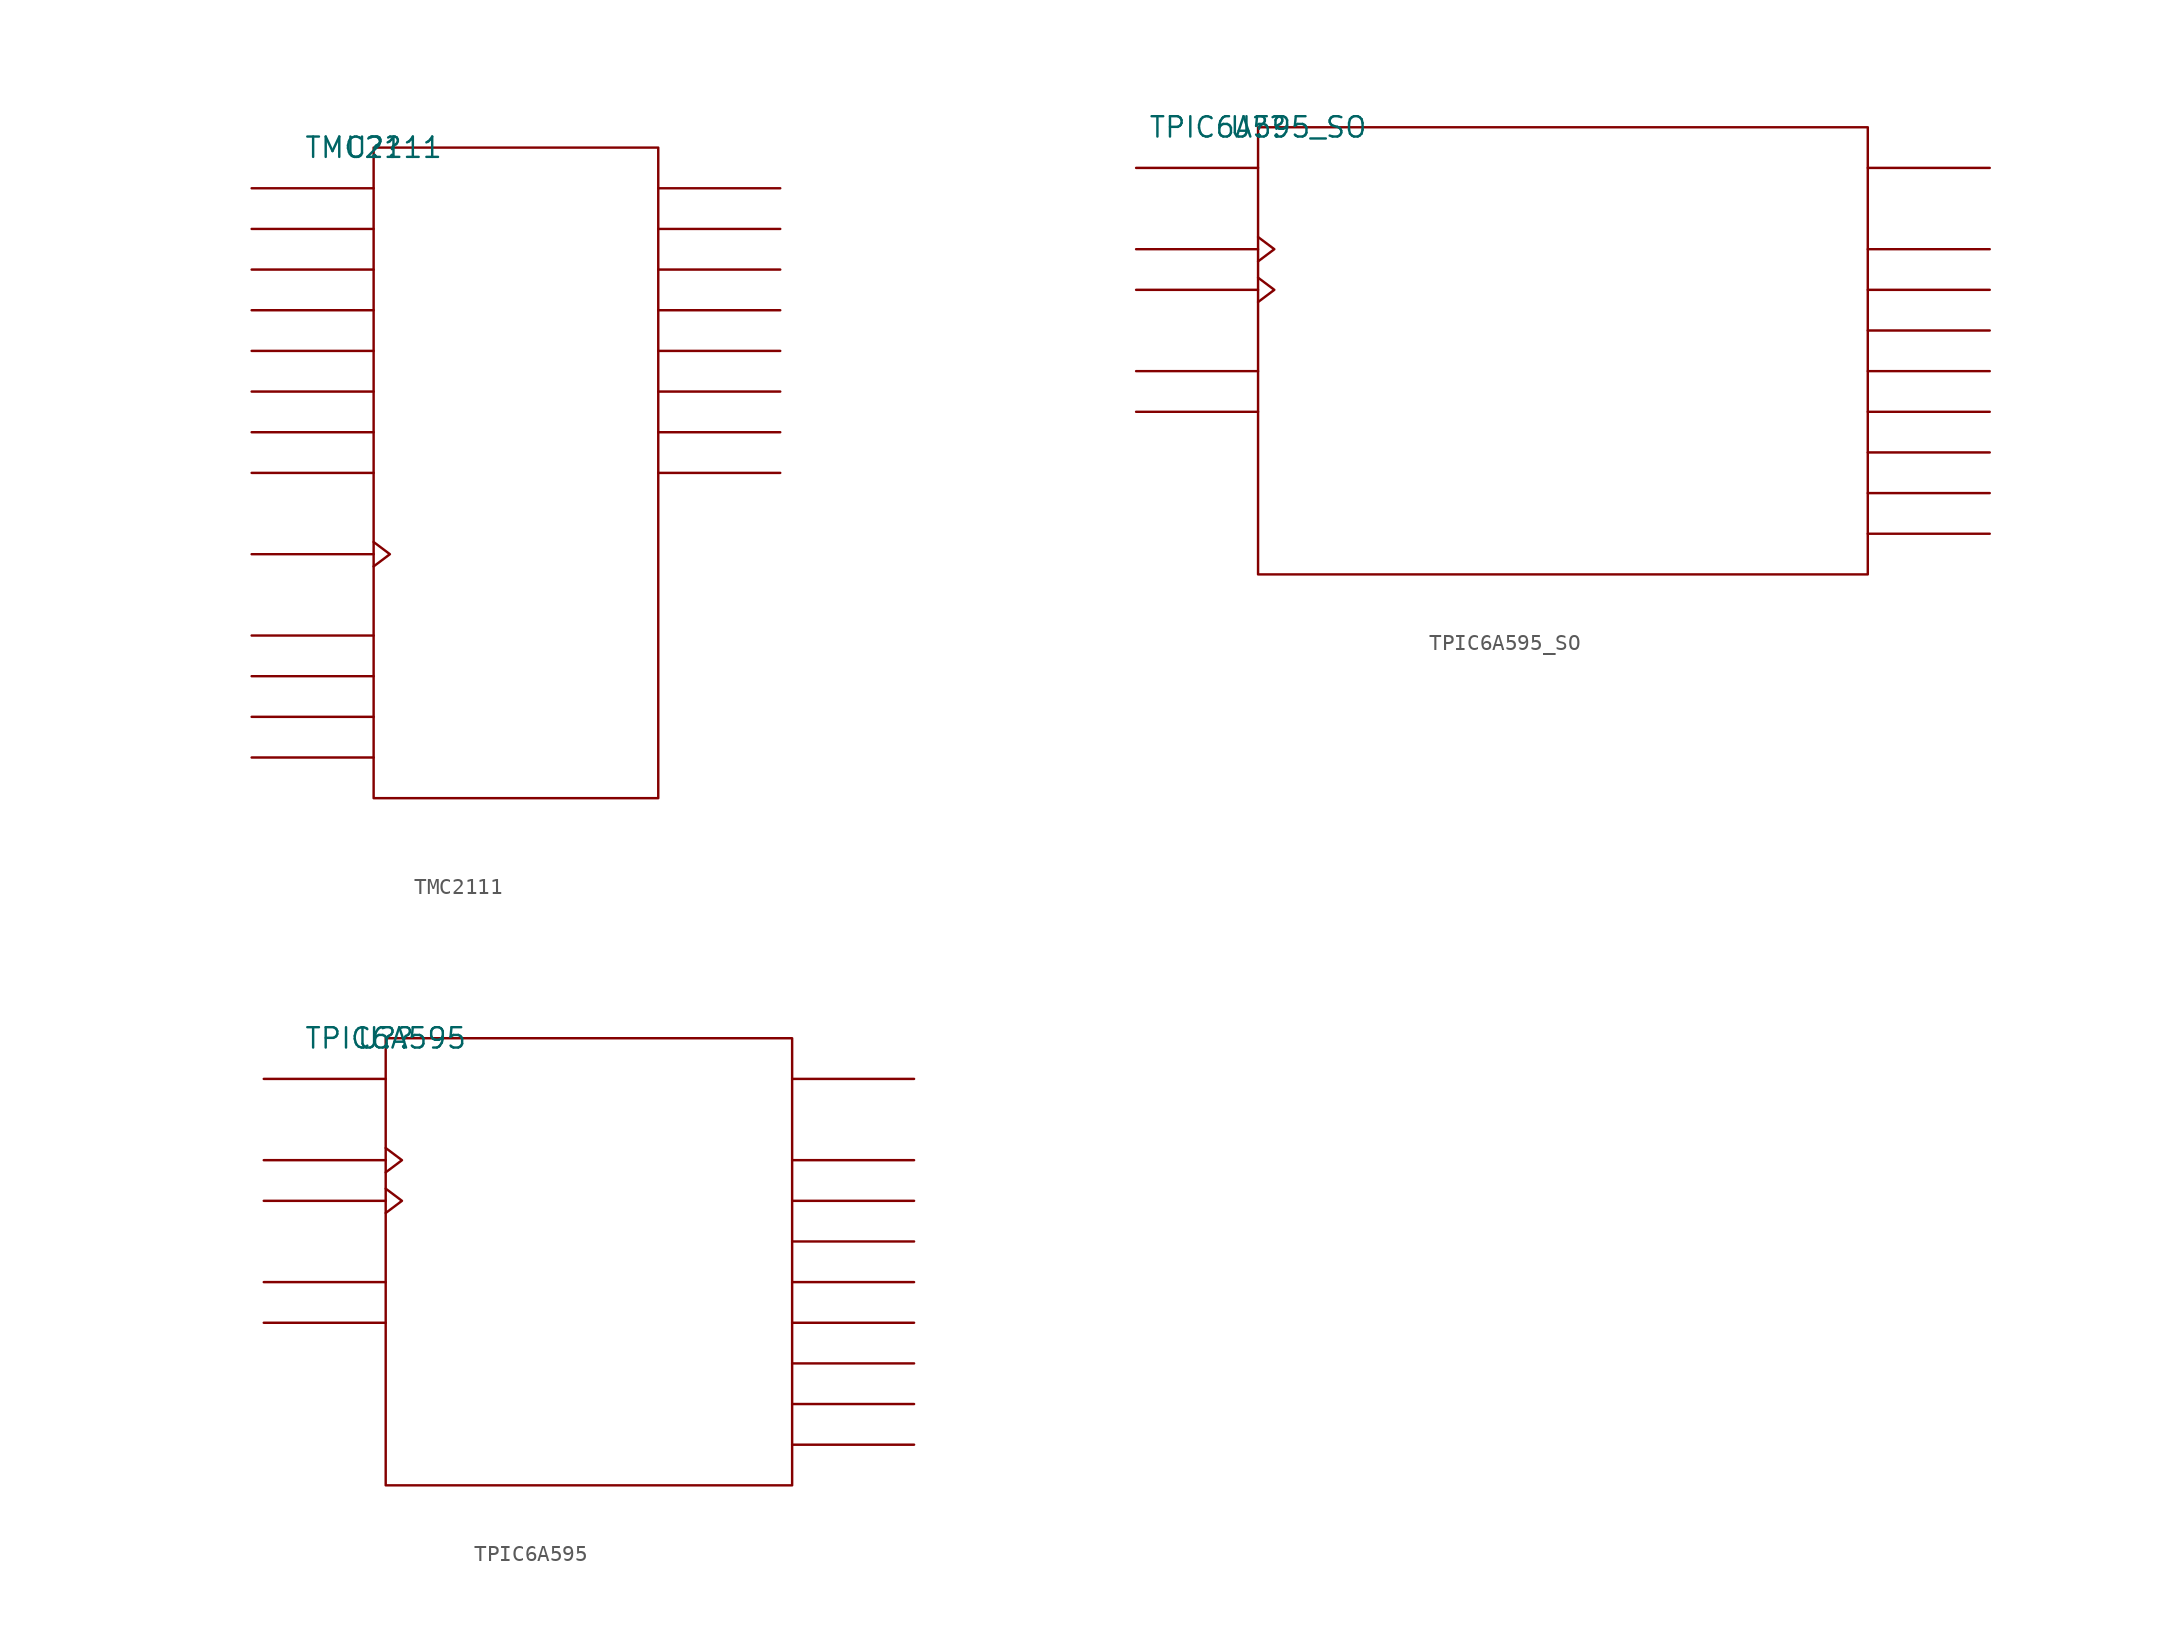
<source format=kicad_sym>
(kicad_symbol_lib
  (version 20211014)
  (generator kicad_symbol_editor)
  (symbol "TMC2111"
    (pin_names
      (offset 0.762))
    (property "Reference" "U?"
      (at 0 0 0)
      (effects (font (size 1.27 1.27))))
    (property "Value" "TMC2111"
      (at 0 0 0)
      (effects (font (size 1.27 1.27))))
    (symbol "TMC2111_0_1"
      (rectangle (start 0 -40.64) (end 17.78 0) (stroke (width 0) (type default) (color 0 0 0 0)) (fill (type none)))
      (polyline (pts (xy 0 -38.1) (xy -7.62 -38.1)) (stroke (width 0) (type default) (color 0 0 0 0)) (fill (type none)))
      (polyline (pts (xy 0 -35.56) (xy -7.62 -35.56)) (stroke (width 0) (type default) (color 0 0 0 0)) (fill (type none)))
      (polyline (pts (xy 0 -33.02) (xy -7.62 -33.02)) (stroke (width 0) (type default) (color 0 0 0 0)) (fill (type none)))
      (polyline (pts (xy 0 -30.48) (xy -7.62 -30.48)) (stroke (width 0) (type default) (color 0 0 0 0)) (fill (type none)))
      (polyline (pts (xy 0 -25.4) (xy -7.62 -25.4)) (stroke (width 0) (type default) (color 0 0 0 0)) (fill (type none)))
      (polyline (pts (xy 0 -20.32) (xy -7.62 -20.32)) (stroke (width 0) (type default) (color 0 0 0 0)) (fill (type none)))
      (polyline (pts (xy 0 -17.78) (xy -7.62 -17.78)) (stroke (width 0) (type default) (color 0 0 0 0)) (fill (type none)))
      (polyline (pts (xy 0 -15.24) (xy -7.62 -15.24)) (stroke (width 0) (type default) (color 0 0 0 0)) (fill (type none)))
      (polyline (pts (xy 0 -12.7) (xy -7.62 -12.7)) (stroke (width 0) (type default) (color 0 0 0 0)) (fill (type none)))
      (polyline (pts (xy 0 -10.16) (xy -7.62 -10.16)) (stroke (width 0) (type default) (color 0 0 0 0)) (fill (type none)))
      (polyline (pts (xy 0 -7.62) (xy -7.62 -7.62)) (stroke (width 0) (type default) (color 0 0 0 0)) (fill (type none)))
      (polyline (pts (xy 0 -5.08) (xy -7.62 -5.08)) (stroke (width 0) (type default) (color 0 0 0 0)) (fill (type none)))
      (polyline (pts (xy 0 -2.54) (xy -7.62 -2.54)) (stroke (width 0) (type default) (color 0 0 0 0)) (fill (type none)))
      (polyline (pts (xy 17.78 -20.32) (xy 25.4 -20.32)) (stroke (width 0) (type default) (color 0 0 0 0)) (fill (type none)))
      (polyline (pts (xy 17.78 -17.78) (xy 25.4 -17.78)) (stroke (width 0) (type default) (color 0 0 0 0)) (fill (type none)))
      (polyline (pts (xy 17.78 -15.24) (xy 25.4 -15.24)) (stroke (width 0) (type default) (color 0 0 0 0)) (fill (type none)))
      (polyline (pts (xy 17.78 -12.7) (xy 25.4 -12.7)) (stroke (width 0) (type default) (color 0 0 0 0)) (fill (type none)))
      (polyline (pts (xy 17.78 -10.16) (xy 25.4 -10.16)) (stroke (width 0) (type default) (color 0 0 0 0)) (fill (type none)))
      (polyline (pts (xy 17.78 -7.62) (xy 25.4 -7.62)) (stroke (width 0) (type default) (color 0 0 0 0)) (fill (type none)))
      (polyline (pts (xy 17.78 -5.08) (xy 25.4 -5.08)) (stroke (width 0) (type default) (color 0 0 0 0)) (fill (type none)))
      (polyline (pts (xy 17.78 -2.54) (xy 25.4 -2.54)) (stroke (width 0) (type default) (color 0 0 0 0)) (fill (type none)))
      (polyline (pts (xy 0 -24.638) (xy 1.016 -25.4) (xy 0 -26.162)) (stroke (width 0) (type default) (color 0 0 0 0)) (fill (type none))))
    (symbol "TMC2111_1_1"
      (pin unspecified line (at -7.62 -2.54 0) (length 7.62) hide (name "DI0" (effects (font (size 1.245 1.245)))) (number "1" (effects (font (size 1.245 1.245)))))
      (pin unspecified line (at -7.62 -15.24 0) (length 7.62) hide (name "DI5" (effects (font (size 1.245 1.245)))) (number "10" (effects (font (size 1.245 1.245)))))
      (pin unspecified line (at -7.62 -17.78 0) (length 7.62) hide (name "DI6" (effects (font (size 1.245 1.245)))) (number "11" (effects (font (size 1.245 1.245)))))
      (pin unspecified line (at -7.62 -20.32 0) (length 7.62) hide (name "DI7" (effects (font (size 1.245 1.245)))) (number "12" (effects (font (size 1.245 1.245)))))
      (pin unspecified line (at 25.4 -20.32 180) (length 7.62) hide (name "DO7" (effects (font (size 1.245 1.245)))) (number "13" (effects (font (size 1.245 1.245)))))
      (pin unspecified line (at 25.4 -17.78 180) (length 7.62) hide (name "DO6" (effects (font (size 1.245 1.245)))) (number "14" (effects (font (size 1.245 1.245)))))
      (pin unspecified line (at 25.4 -15.24 180) (length 7.62) hide (name "DO5" (effects (font (size 1.245 1.245)))) (number "15" (effects (font (size 1.245 1.245)))))
      (pin unspecified line (at 25.4 -12.7 180) (length 7.62) hide (name "DO4" (effects (font (size 1.245 1.245)))) (number "16" (effects (font (size 1.245 1.245)))))
      (pin power_in line (at 7.62 -40.64 180) (length 7.62) hide (name "GND" (effects (font (size 1.245 1.245)))) (number "17" (effects (font (size 1.245 1.245)))))
      (pin power_in line (at 10.16 -40.64 180) (length 7.62) hide (name "GND" (effects (font (size 1.245 1.245)))) (number "18" (effects (font (size 1.245 1.245)))))
      (pin unspecified line (at -7.62 -38.1 0) (length 7.62) hide (name "L3" (effects (font (size 1.245 1.245)))) (number "19" (effects (font (size 1.245 1.245)))))
      (pin unspecified line (at -7.62 -5.08 0) (length 7.62) hide (name "DI1" (effects (font (size 1.245 1.245)))) (number "2" (effects (font (size 1.245 1.245)))))
      (pin unspecified line (at -7.62 -35.56 0) (length 7.62) hide (name "L2" (effects (font (size 1.245 1.245)))) (number "20" (effects (font (size 1.245 1.245)))))
      (pin unspecified line (at 25.4 -10.16 180) (length 7.62) hide (name "DO3" (effects (font (size 1.245 1.245)))) (number "21" (effects (font (size 1.245 1.245)))))
      (pin unspecified line (at 25.4 -7.62 180) (length 7.62) hide (name "DO2" (effects (font (size 1.245 1.245)))) (number "22" (effects (font (size 1.245 1.245)))))
      (pin unspecified line (at 25.4 -5.08 180) (length 7.62) hide (name "DO1" (effects (font (size 1.245 1.245)))) (number "23" (effects (font (size 1.245 1.245)))))
      (pin unspecified line (at 25.4 -2.54 180) (length 7.62) hide (name "DO0" (effects (font (size 1.245 1.245)))) (number "24" (effects (font (size 1.245 1.245)))))
      (pin unspecified line (at -7.62 -7.62 0) (length 7.62) hide (name "DI2" (effects (font (size 1.245 1.245)))) (number "3" (effects (font (size 1.245 1.245)))))
      (pin unspecified line (at -7.62 -10.16 0) (length 7.62) hide (name "DI3" (effects (font (size 1.245 1.245)))) (number "4" (effects (font (size 1.245 1.245)))))
      (pin unspecified line (at -7.62 -30.48 0) (length 7.62) hide (name "L0" (effects (font (size 1.245 1.245)))) (number "5" (effects (font (size 1.245 1.245)))))
      (pin unspecified line (at -7.62 -33.02 0) (length 7.62) hide (name "L1" (effects (font (size 1.245 1.245)))) (number "6" (effects (font (size 1.245 1.245)))))
      (pin power_in line (at 7.62 0 0) (length 7.62) hide (name "VCC" (effects (font (size 1.245 1.245)))) (number "7" (effects (font (size 1.245 1.245)))))
      (pin unspecified line (at -7.62 -25.4 180) (length 7.62) hide (name "CLK" (effects (font (size 1.245 1.245)))) (number "8" (effects (font (size 1.245 1.245)))))
      (pin unspecified line (at -7.62 -12.7 0) (length 7.62) hide (name "DI4" (effects (font (size 1.245 1.245)))) (number "9" (effects (font (size 1.245 1.245)))))))
  (symbol "TPIC6A595_SO"
    (pin_names
      (offset 0.762))
    (property "Reference" "U?"
      (at 0 0 0)
      (effects (font (size 1.27 1.27))))
    (property "Value" "TPIC6A595_SO"
      (at 0 0 0)
      (effects (font (size 1.27 1.27))))
    (symbol "TPIC6A595_SO_0_1"
      (rectangle (start 0 -27.94) (end 38.1 0) (stroke (width 0) (type default) (color 0 0 0 0)) (fill (type none)))
      (polyline (pts (xy 0 -17.78) (xy -7.62 -17.78)) (stroke (width 0) (type default) (color 0 0 0 0)) (fill (type none)))
      (polyline (pts (xy 0 -15.24) (xy -7.62 -15.24)) (stroke (width 0) (type default) (color 0 0 0 0)) (fill (type none)))
      (polyline (pts (xy 0 -10.16) (xy -7.62 -10.16)) (stroke (width 0) (type default) (color 0 0 0 0)) (fill (type none)))
      (polyline (pts (xy 0 -7.62) (xy -7.62 -7.62)) (stroke (width 0) (type default) (color 0 0 0 0)) (fill (type none)))
      (polyline (pts (xy 0 -2.54) (xy -7.62 -2.54)) (stroke (width 0) (type default) (color 0 0 0 0)) (fill (type none)))
      (polyline (pts (xy 38.1 -25.4) (xy 45.72 -25.4)) (stroke (width 0) (type default) (color 0 0 0 0)) (fill (type none)))
      (polyline (pts (xy 38.1 -22.86) (xy 45.72 -22.86)) (stroke (width 0) (type default) (color 0 0 0 0)) (fill (type none)))
      (polyline (pts (xy 38.1 -20.32) (xy 45.72 -20.32)) (stroke (width 0) (type default) (color 0 0 0 0)) (fill (type none)))
      (polyline (pts (xy 38.1 -17.78) (xy 45.72 -17.78)) (stroke (width 0) (type default) (color 0 0 0 0)) (fill (type none)))
      (polyline (pts (xy 38.1 -15.24) (xy 45.72 -15.24)) (stroke (width 0) (type default) (color 0 0 0 0)) (fill (type none)))
      (polyline (pts (xy 38.1 -12.7) (xy 45.72 -12.7)) (stroke (width 0) (type default) (color 0 0 0 0)) (fill (type none)))
      (polyline (pts (xy 38.1 -10.16) (xy 45.72 -10.16)) (stroke (width 0) (type default) (color 0 0 0 0)) (fill (type none)))
      (polyline (pts (xy 38.1 -7.62) (xy 45.72 -7.62)) (stroke (width 0) (type default) (color 0 0 0 0)) (fill (type none)))
      (polyline (pts (xy 38.1 -2.54) (xy 45.72 -2.54)) (stroke (width 0) (type default) (color 0 0 0 0)) (fill (type none)))
      (polyline (pts (xy 0 -9.398) (xy 1.016 -10.16) (xy 0 -10.922)) (stroke (width 0) (type default) (color 0 0 0 0)) (fill (type none)))
      (polyline (pts (xy 0 -6.858) (xy 1.016 -7.62) (xy 0 -8.382)) (stroke (width 0) (type default) (color 0 0 0 0)) (fill (type none))))
    (symbol "TPIC6A595_SO_1_1"
      (pin unspecified line (at 45.72 -12.7 180) (length 7.62) hide (name "DRAIN2" (effects (font (size 1.245 1.245)))) (number "1" (effects (font (size 1.245 1.245)))))
      (pin unspecified line (at -7.62 -10.16 180) (length 7.62) hide (name "SRCLK" (effects (font (size 1.245 1.245)))) (number "10" (effects (font (size 1.245 1.245)))))
      (pin unspecified line (at 45.72 -17.78 180) (length 7.62) hide (name "DRAIN4" (effects (font (size 1.245 1.245)))) (number "11" (effects (font (size 1.245 1.245)))))
      (pin unspecified line (at 45.72 -20.32 180) (length 7.62) hide (name "DRAIN5" (effects (font (size 1.245 1.245)))) (number "12" (effects (font (size 1.245 1.245)))))
      (pin unspecified line (at 45.72 -22.86 180) (length 7.62) hide (name "DRAIN6" (effects (font (size 1.245 1.245)))) (number "13" (effects (font (size 1.245 1.245)))))
      (pin unspecified line (at 45.72 -25.4 180) (length 7.62) hide (name "DRAIN7" (effects (font (size 1.245 1.245)))) (number "14" (effects (font (size 1.245 1.245)))))
      (pin unspecified line (at 45.72 -2.54 180) (length 7.62) hide (name "SDO" (effects (font (size 1.245 1.245)))) (number "15" (effects (font (size 1.245 1.245)))))
      (pin power_in line (at 15.24 -27.94 180) (length 7.62) hide (name "GND" (effects (font (size 1.245 1.245)))) (number "16" (effects (font (size 1.245 1.245)))))
      (pin power_in line (at 17.78 -27.94 180) (length 7.62) hide (name "GND" (effects (font (size 1.245 1.245)))) (number "17" (effects (font (size 1.245 1.245)))))
      (pin power_in line (at 20.32 -27.94 180) (length 7.62) hide (name "GND" (effects (font (size 1.245 1.245)))) (number "18" (effects (font (size 1.245 1.245)))))
      (pin power_in line (at 22.86 -27.94 180) (length 7.62) hide (name "GND" (effects (font (size 1.245 1.245)))) (number "19" (effects (font (size 1.245 1.245)))))
      (pin unspecified line (at 45.72 -15.24 180) (length 7.62) hide (name "DRAIN3" (effects (font (size 1.245 1.245)))) (number "2" (effects (font (size 1.245 1.245)))))
      (pin power_in line (at 25.4 -27.94 180) (length 7.62) hide (name "GND" (effects (font (size 1.245 1.245)))) (number "20" (effects (font (size 1.245 1.245)))))
      (pin power_in line (at 10.16 0 0) (length 7.62) hide (name "VCC" (effects (font (size 1.245 1.245)))) (number "21" (effects (font (size 1.245 1.245)))))
      (pin unspecified line (at -7.62 -2.54 0) (length 7.62) hide (name "SDI" (effects (font (size 1.245 1.245)))) (number "22" (effects (font (size 1.245 1.245)))))
      (pin unspecified line (at 45.72 -7.62 180) (length 7.62) hide (name "DRAIN0" (effects (font (size 1.245 1.245)))) (number "23" (effects (font (size 1.245 1.245)))))
      (pin unspecified line (at 45.72 -10.16 180) (length 7.62) hide (name "DRAIN1" (effects (font (size 1.245 1.245)))) (number "24" (effects (font (size 1.245 1.245)))))
      (pin unspecified line (at -7.62 -17.78 0) (length 7.62) hide (name "S\\R\\C\\L\\R\\" (effects (font (size 1.245 1.245)))) (number "3" (effects (font (size 1.245 1.245)))))
      (pin unspecified line (at -7.62 -15.24 0) (length 7.62) hide (name "G\\" (effects (font (size 1.245 1.245)))) (number "4" (effects (font (size 1.245 1.245)))))
      (pin power_in line (at 5.08 -27.94 180) (length 7.62) hide (name "GND" (effects (font (size 1.245 1.245)))) (number "5" (effects (font (size 1.245 1.245)))))
      (pin power_in line (at 7.62 -27.94 180) (length 7.62) hide (name "GND" (effects (font (size 1.245 1.245)))) (number "6" (effects (font (size 1.245 1.245)))))
      (pin power_in line (at 10.16 -27.94 180) (length 7.62) hide (name "GND" (effects (font (size 1.245 1.245)))) (number "7" (effects (font (size 1.245 1.245)))))
      (pin power_in line (at 12.7 -27.94 180) (length 7.62) hide (name "GND" (effects (font (size 1.245 1.245)))) (number "8" (effects (font (size 1.245 1.245)))))
      (pin unspecified line (at -7.62 -7.62 180) (length 7.62) hide (name "RCLK" (effects (font (size 1.245 1.245)))) (number "9" (effects (font (size 1.245 1.245)))))))
  (symbol "TPIC6A595"
    (pin_names
      (offset 0.762))
    (property "Reference" "U?"
      (at 0 0 0)
      (effects (font (size 1.27 1.27))))
    (property "Value" "TPIC6A595"
      (at 0 0 0)
      (effects (font (size 1.27 1.27))))
    (symbol "TPIC6A595_0_1"
      (rectangle (start 0 -27.94) (end 25.4 0) (stroke (width 0) (type default) (color 0 0 0 0)) (fill (type none)))
      (polyline (pts (xy 0 -17.78) (xy -7.62 -17.78)) (stroke (width 0) (type default) (color 0 0 0 0)) (fill (type none)))
      (polyline (pts (xy 0 -15.24) (xy -7.62 -15.24)) (stroke (width 0) (type default) (color 0 0 0 0)) (fill (type none)))
      (polyline (pts (xy 0 -10.16) (xy -7.62 -10.16)) (stroke (width 0) (type default) (color 0 0 0 0)) (fill (type none)))
      (polyline (pts (xy 0 -7.62) (xy -7.62 -7.62)) (stroke (width 0) (type default) (color 0 0 0 0)) (fill (type none)))
      (polyline (pts (xy 0 -2.54) (xy -7.62 -2.54)) (stroke (width 0) (type default) (color 0 0 0 0)) (fill (type none)))
      (polyline (pts (xy 25.4 -25.4) (xy 33.02 -25.4)) (stroke (width 0) (type default) (color 0 0 0 0)) (fill (type none)))
      (polyline (pts (xy 25.4 -22.86) (xy 33.02 -22.86)) (stroke (width 0) (type default) (color 0 0 0 0)) (fill (type none)))
      (polyline (pts (xy 25.4 -20.32) (xy 33.02 -20.32)) (stroke (width 0) (type default) (color 0 0 0 0)) (fill (type none)))
      (polyline (pts (xy 25.4 -17.78) (xy 33.02 -17.78)) (stroke (width 0) (type default) (color 0 0 0 0)) (fill (type none)))
      (polyline (pts (xy 25.4 -15.24) (xy 33.02 -15.24)) (stroke (width 0) (type default) (color 0 0 0 0)) (fill (type none)))
      (polyline (pts (xy 25.4 -12.7) (xy 33.02 -12.7)) (stroke (width 0) (type default) (color 0 0 0 0)) (fill (type none)))
      (polyline (pts (xy 25.4 -10.16) (xy 33.02 -10.16)) (stroke (width 0) (type default) (color 0 0 0 0)) (fill (type none)))
      (polyline (pts (xy 25.4 -7.62) (xy 33.02 -7.62)) (stroke (width 0) (type default) (color 0 0 0 0)) (fill (type none)))
      (polyline (pts (xy 25.4 -2.54) (xy 33.02 -2.54)) (stroke (width 0) (type default) (color 0 0 0 0)) (fill (type none)))
      (polyline (pts (xy 0 -9.398) (xy 1.016 -10.16) (xy 0 -10.922)) (stroke (width 0) (type default) (color 0 0 0 0)) (fill (type none)))
      (polyline (pts (xy 0 -6.858) (xy 1.016 -7.62) (xy 0 -8.382)) (stroke (width 0) (type default) (color 0 0 0 0)) (fill (type none))))
    (symbol "TPIC6A595_1_1"
      (pin unspecified line (at 33.02 -12.7 180) (length 7.62) hide (name "DRAIN2" (effects (font (size 1.245 1.245)))) (number "1" (effects (font (size 1.245 1.245)))))
      (pin unspecified line (at 33.02 -20.32 180) (length 7.62) hide (name "DRAIN5" (effects (font (size 1.245 1.245)))) (number "10" (effects (font (size 1.245 1.245)))))
      (pin unspecified line (at 33.02 -22.86 180) (length 7.62) hide (name "DRAIN6" (effects (font (size 1.245 1.245)))) (number "11" (effects (font (size 1.245 1.245)))))
      (pin unspecified line (at 33.02 -25.4 180) (length 7.62) hide (name "DRAIN7" (effects (font (size 1.245 1.245)))) (number "12" (effects (font (size 1.245 1.245)))))
      (pin unspecified line (at 33.02 -2.54 180) (length 7.62) hide (name "SDO" (effects (font (size 1.245 1.245)))) (number "13" (effects (font (size 1.245 1.245)))))
      (pin power_in line (at 7.62 -27.94 180) (length 7.62) hide (name "GND" (effects (font (size 1.245 1.245)))) (number "14" (effects (font (size 1.245 1.245)))))
      (pin power_in line (at 10.16 -27.94 180) (length 7.62) hide (name "GND" (effects (font (size 1.245 1.245)))) (number "15" (effects (font (size 1.245 1.245)))))
      (pin power_in line (at 12.7 -27.94 180) (length 7.62) hide (name "GND" (effects (font (size 1.245 1.245)))) (number "16" (effects (font (size 1.245 1.245)))))
      (pin power_in line (at 10.16 0 0) (length 7.62) hide (name "VCC" (effects (font (size 1.245 1.245)))) (number "17" (effects (font (size 1.245 1.245)))))
      (pin unspecified line (at -7.62 -2.54 0) (length 7.62) hide (name "SDI" (effects (font (size 1.245 1.245)))) (number "18" (effects (font (size 1.245 1.245)))))
      (pin unspecified line (at 33.02 -7.62 180) (length 7.62) hide (name "DRAIN0" (effects (font (size 1.245 1.245)))) (number "19" (effects (font (size 1.245 1.245)))))
      (pin unspecified line (at 33.02 -15.24 180) (length 7.62) hide (name "DRAIN3" (effects (font (size 1.245 1.245)))) (number "2" (effects (font (size 1.245 1.245)))))
      (pin unspecified line (at 33.02 -10.16 180) (length 7.62) hide (name "DRAIN1" (effects (font (size 1.245 1.245)))) (number "20" (effects (font (size 1.245 1.245)))))
      (pin unspecified line (at -7.62 -17.78 0) (length 7.62) hide (name "S\\R\\C\\L\\R\\" (effects (font (size 1.245 1.245)))) (number "3" (effects (font (size 1.245 1.245)))))
      (pin unspecified line (at -7.62 -15.24 0) (length 7.62) hide (name "G\\" (effects (font (size 1.245 1.245)))) (number "4" (effects (font (size 1.245 1.245)))))
      (pin power_in line (at 2.54 -27.94 180) (length 7.62) hide (name "GND" (effects (font (size 1.245 1.245)))) (number "5" (effects (font (size 1.245 1.245)))))
      (pin power_in line (at 5.08 -27.94 180) (length 7.62) hide (name "GND" (effects (font (size 1.245 1.245)))) (number "6" (effects (font (size 1.245 1.245)))))
      (pin unspecified line (at -7.62 -7.62 180) (length 7.62) hide (name "RCLK" (effects (font (size 1.245 1.245)))) (number "7" (effects (font (size 1.245 1.245)))))
      (pin unspecified line (at -7.62 -10.16 180) (length 7.62) hide (name "SRCLK" (effects (font (size 1.245 1.245)))) (number "8" (effects (font (size 1.245 1.245)))))
      (pin unspecified line (at 33.02 -17.78 180) (length 7.62) hide (name "DRAIN4" (effects (font (size 1.245 1.245)))) (number "9" (effects (font (size 1.245 1.245))))))))
</source>
